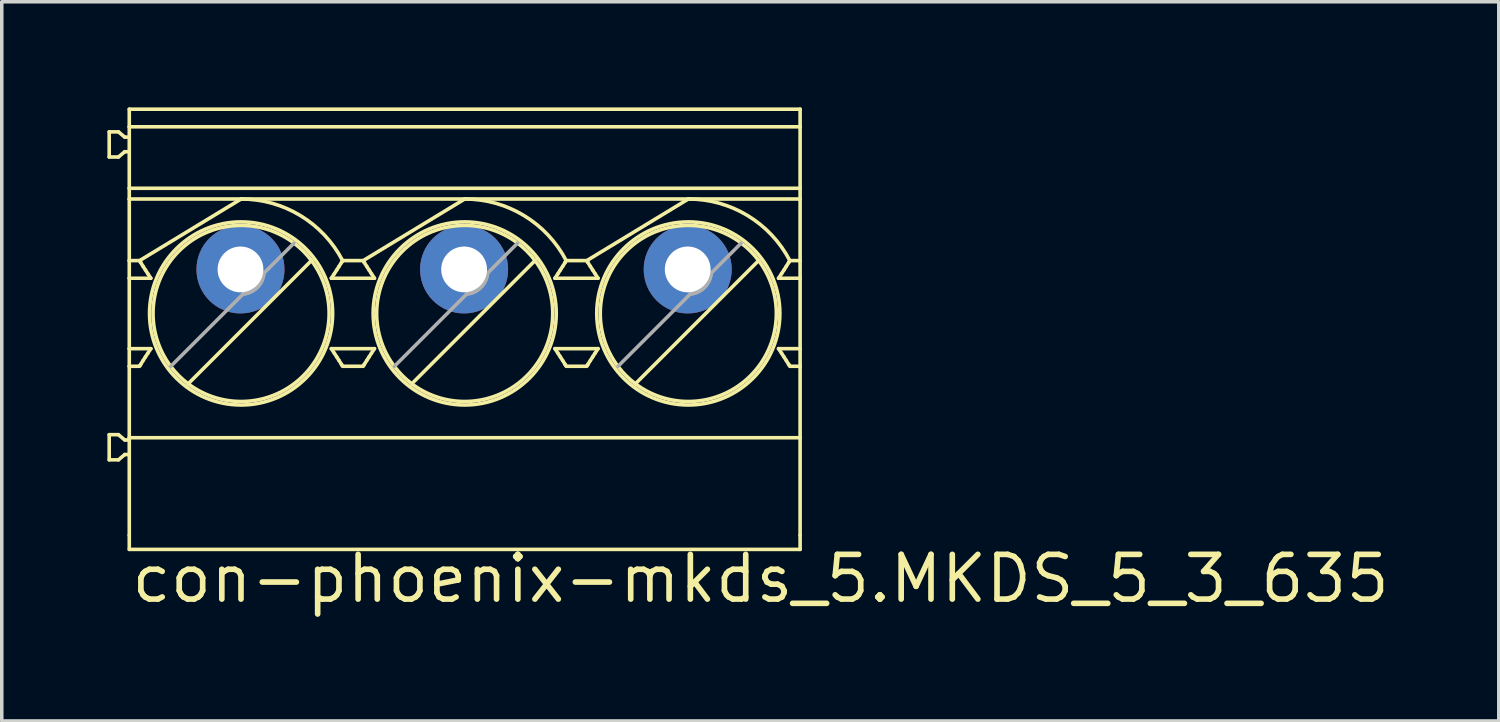
<source format=kicad_pcb>
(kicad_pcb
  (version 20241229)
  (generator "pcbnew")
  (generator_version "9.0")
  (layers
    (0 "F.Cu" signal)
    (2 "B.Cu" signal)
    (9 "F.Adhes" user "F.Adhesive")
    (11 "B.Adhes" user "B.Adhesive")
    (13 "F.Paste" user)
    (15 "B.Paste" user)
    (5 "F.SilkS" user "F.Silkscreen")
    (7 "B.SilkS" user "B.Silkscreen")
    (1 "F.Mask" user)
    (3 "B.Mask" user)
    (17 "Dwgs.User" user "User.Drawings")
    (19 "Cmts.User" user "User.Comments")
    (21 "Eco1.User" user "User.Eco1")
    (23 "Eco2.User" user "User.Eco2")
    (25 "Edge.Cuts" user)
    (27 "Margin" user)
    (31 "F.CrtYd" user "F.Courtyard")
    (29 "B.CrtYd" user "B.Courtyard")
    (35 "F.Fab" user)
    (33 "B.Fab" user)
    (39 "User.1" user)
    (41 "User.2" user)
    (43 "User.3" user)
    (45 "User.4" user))
  (footprint "con-phoenix-mkds_5.MKDS_5_3_635"
    (layer "F.Cu")
    (at 10.129 4.601)
    (property "Reference" "con-phoenix-mkds_5.MKDS_5_3_635" (at -9.525 9.525 0) (layer "F.SilkS") (effects (font (size 1.27 1.27) (thickness 0.16)) (justify left bottom)))
    (attr through_hole)
    (fp_line (start -10.078 -3.907) (end -10.078 -3.193) (stroke (width 0.102) (type default)) (layer "F.SilkS"))
    (fp_line (start -10.078 -3.193) (end -9.815 -3.193) (stroke (width 0.102) (type default)) (layer "F.SilkS"))
    (fp_line (start -10.078 4.693) (end -10.078 5.407) (stroke (width 0.102) (type default)) (layer "F.SilkS"))
    (fp_line (start -10.078 5.407) (end -9.815 5.407) (stroke (width 0.102) (type default)) (layer "F.SilkS"))
    (fp_line (start -9.815 -3.907) (end -10.078 -3.907) (stroke (width 0.102) (type default)) (layer "F.SilkS"))
    (fp_line (start -9.815 -3.193) (end -9.637 -3.343) (stroke (width 0.102) (type default)) (layer "F.SilkS"))
    (fp_line (start -9.815 4.693) (end -10.078 4.693) (stroke (width 0.102) (type default)) (layer "F.SilkS"))
    (fp_line (start -9.815 5.407) (end -9.637 5.257) (stroke (width 0.102) (type default)) (layer "F.SilkS"))
    (fp_line (start -9.637 -3.757) (end -9.815 -3.907) (stroke (width 0.102) (type default)) (layer "F.SilkS"))
    (fp_line (start -9.637 -3.343) (end -9.508 -3.343) (stroke (width 0.102) (type default)) (layer "F.SilkS"))
    (fp_line (start -9.637 4.843) (end -9.815 4.693) (stroke (width 0.102) (type default)) (layer "F.SilkS"))
    (fp_line (start -9.637 5.257) (end -9.508 5.257) (stroke (width 0.102) (type default)) (layer "F.SilkS"))
    (fp_line (start -9.508 -4.05) (end -9.508 -4.55) (stroke (width 0.102) (type default)) (layer "F.SilkS"))
    (fp_line (start -9.508 -3.757) (end -9.637 -3.757) (stroke (width 0.102) (type default)) (layer "F.SilkS"))
    (fp_line (start -9.508 -3.757) (end -9.508 -4.05) (stroke (width 0.102) (type default)) (layer "F.SilkS"))
    (fp_line (start -9.508 -3.343) (end -9.508 -3.757) (stroke (width 0.102) (type default)) (layer "F.SilkS"))
    (fp_line (start -9.508 -2.304) (end -9.508 -3.343) (stroke (width 0.102) (type default)) (layer "F.SilkS"))
    (fp_line (start -9.508 -2.304) (end -9.508 -2) (stroke (width 0.102) (type default)) (layer "F.SilkS"))
    (fp_line (start -9.508 -2.304) (end 9.542 -2.304) (stroke (width 0.102) (type default)) (layer "F.SilkS"))
    (fp_line (start -9.508 -2) (end -9.508 -0.25) (stroke (width 0.102) (type default)) (layer "F.SilkS"))
    (fp_line (start -9.508 -2) (end -6.333 -2) (stroke (width 0.102) (type default)) (layer "F.SilkS"))
    (fp_line (start -9.508 -0.25) (end -9.508 0.25) (stroke (width 0.102) (type default)) (layer "F.SilkS"))
    (fp_line (start -9.508 -0.25) (end -9.216 -0.25) (stroke (width 0.102) (type default)) (layer "F.SilkS"))
    (fp_line (start -9.508 0.25) (end -9.508 2.25) (stroke (width 0.102) (type default)) (layer "F.SilkS"))
    (fp_line (start -9.508 0.25) (end -8.895 0.25) (stroke (width 0.102) (type default)) (layer "F.SilkS"))
    (fp_line (start -9.508 2.25) (end -9.508 2.75) (stroke (width 0.102) (type default)) (layer "F.SilkS"))
    (fp_line (start -9.508 2.75) (end -9.508 4.779) (stroke (width 0.102) (type default)) (layer "F.SilkS"))
    (fp_line (start -9.508 4.779) (end -9.508 4.843) (stroke (width 0.102) (type default)) (layer "F.SilkS"))
    (fp_line (start -9.508 4.843) (end -9.637 4.843) (stroke (width 0.102) (type default)) (layer "F.SilkS"))
    (fp_line (start -9.508 4.843) (end -9.508 5.257) (stroke (width 0.102) (type default)) (layer "F.SilkS"))
    (fp_line (start -9.508 5.257) (end -9.508 7.55) (stroke (width 0.102) (type default)) (layer "F.SilkS"))
    (fp_line (start -9.508 7.55) (end -9.508 7.95) (stroke (width 0.102) (type default)) (layer "F.SilkS"))
    (fp_line (start -9.508 7.95) (end 9.542 7.95) (stroke (width 0.102) (type default)) (layer "F.SilkS"))
    (fp_line (start -9.216 2.75) (end -9.508 2.75) (stroke (width 0.102) (type default)) (layer "F.SilkS"))
    (fp_line (start -9.205 -0.232) (end -9.193 -0.212) (stroke (width 0.102) (type default)) (layer "F.SilkS"))
    (fp_line (start -9.193 -0.212) (end -9.181 -0.192) (stroke (width 0.102) (type default)) (layer "F.SilkS"))
    (fp_line (start -9.193 2.712) (end -9.205 2.732) (stroke (width 0.102) (type default)) (layer "F.SilkS"))
    (fp_line (start -9.181 2.692) (end -9.193 2.712) (stroke (width 0.102) (type default)) (layer "F.SilkS"))
    (fp_line (start -9.115 -0.087) (end -9.048 0.018) (stroke (width 0.102) (type default)) (layer "F.SilkS"))
    (fp_line (start -9.048 2.482) (end -9.115 2.587) (stroke (width 0.102) (type default)) (layer "F.SilkS"))
    (fp_line (start -9.048 0.018) (end -8.981 0.121) (stroke (width 0.102) (type default)) (layer "F.SilkS"))
    (fp_line (start -8.981 2.379) (end -9.048 2.482) (stroke (width 0.102) (type default)) (layer "F.SilkS"))
    (fp_line (start -8.895 2.25) (end -9.508 2.25) (stroke (width 0.102) (type default)) (layer "F.SilkS"))
    (fp_line (start -8.331 2.753) (end -8.331 2.753) (stroke (width 0.102) (type default)) (layer "F.SilkS"))
    (fp_line (start -6.333 -2) (end -9.216 -0.25) (stroke (width 0.102) (type default)) (layer "F.SilkS"))
    (fp_line (start -6.333 -2) (end 0.017 -2) (stroke (width 0.102) (type default)) (layer "F.SilkS"))
    (fp_line (start -4.335 -0.253) (end -7.836 3.248) (stroke (width 0.102) (type default)) (layer "F.SilkS"))
    (fp_line (start -3.771 0.25) (end -2.545 0.25) (stroke (width 0.102) (type default)) (layer "F.SilkS"))
    (fp_line (start -3.685 0.121) (end -3.618 0.018) (stroke (width 0.102) (type default)) (layer "F.SilkS"))
    (fp_line (start -3.618 0.018) (end -3.551 -0.087) (stroke (width 0.102) (type default)) (layer "F.SilkS"))
    (fp_line (start -3.618 2.482) (end -3.685 2.379) (stroke (width 0.102) (type default)) (layer "F.SilkS"))
    (fp_line (start -3.551 2.587) (end -3.618 2.482) (stroke (width 0.102) (type default)) (layer "F.SilkS"))
    (fp_line (start -3.485 -0.192) (end -3.473 -0.212) (stroke (width 0.102) (type default)) (layer "F.SilkS"))
    (fp_line (start -3.473 2.712) (end -3.485 2.692) (stroke (width 0.102) (type default)) (layer "F.SilkS"))
    (fp_line (start -3.473 -0.212) (end -3.461 -0.232) (stroke (width 0.102) (type default)) (layer "F.SilkS"))
    (fp_line (start -3.461 2.732) (end -3.473 2.712) (stroke (width 0.102) (type default)) (layer "F.SilkS"))
    (fp_line (start -3.45 -0.25) (end -2.866 -0.25) (stroke (width 0.102) (type default)) (layer "F.SilkS"))
    (fp_line (start -2.866 2.75) (end -3.45 2.75) (stroke (width 0.102) (type default)) (layer "F.SilkS"))
    (fp_line (start -2.855 -0.232) (end -2.843 -0.212) (stroke (width 0.102) (type default)) (layer "F.SilkS"))
    (fp_line (start -2.843 -0.212) (end -2.831 -0.192) (stroke (width 0.102) (type default)) (layer "F.SilkS"))
    (fp_line (start -2.843 2.712) (end -2.855 2.732) (stroke (width 0.102) (type default)) (layer "F.SilkS"))
    (fp_line (start -2.831 2.692) (end -2.843 2.712) (stroke (width 0.102) (type default)) (layer "F.SilkS"))
    (fp_line (start -2.765 -0.087) (end -2.698 0.018) (stroke (width 0.102) (type default)) (layer "F.SilkS"))
    (fp_line (start -2.698 0.018) (end -2.631 0.121) (stroke (width 0.102) (type default)) (layer "F.SilkS"))
    (fp_line (start -2.698 2.482) (end -2.765 2.587) (stroke (width 0.102) (type default)) (layer "F.SilkS"))
    (fp_line (start -2.631 2.379) (end -2.698 2.482) (stroke (width 0.102) (type default)) (layer "F.SilkS"))
    (fp_line (start -2.545 2.25) (end -3.771 2.25) (stroke (width 0.102) (type default)) (layer "F.SilkS"))
    (fp_line (start 0.017 -2) (end -2.866 -0.25) (stroke (width 0.102) (type default)) (layer "F.SilkS"))
    (fp_line (start 0.017 -2) (end 6.367 -2) (stroke (width 0.102) (type default)) (layer "F.SilkS"))
    (fp_line (start 2.015 -0.253) (end -1.486 3.248) (stroke (width 0.102) (type default)) (layer "F.SilkS"))
    (fp_line (start 2.015 -0.253) (end 2.015 -0.253) (stroke (width 0.102) (type default)) (layer "F.SilkS"))
    (fp_line (start 2.579 0.25) (end 3.805 0.25) (stroke (width 0.102) (type default)) (layer "F.SilkS"))
    (fp_line (start 2.665 0.121) (end 2.732 0.018) (stroke (width 0.102) (type default)) (layer "F.SilkS"))
    (fp_line (start 2.732 0.018) (end 2.799 -0.087) (stroke (width 0.102) (type default)) (layer "F.SilkS"))
    (fp_line (start 2.732 2.482) (end 2.665 2.379) (stroke (width 0.102) (type default)) (layer "F.SilkS"))
    (fp_line (start 2.799 2.587) (end 2.732 2.482) (stroke (width 0.102) (type default)) (layer "F.SilkS"))
    (fp_line (start 2.865 -0.192) (end 2.877 -0.212) (stroke (width 0.102) (type default)) (layer "F.SilkS"))
    (fp_line (start 2.877 -0.212) (end 2.889 -0.232) (stroke (width 0.102) (type default)) (layer "F.SilkS"))
    (fp_line (start 2.877 2.712) (end 2.865 2.692) (stroke (width 0.102) (type default)) (layer "F.SilkS"))
    (fp_line (start 2.889 2.732) (end 2.877 2.712) (stroke (width 0.102) (type default)) (layer "F.SilkS"))
    (fp_line (start 2.9 -0.25) (end 3.484 -0.25) (stroke (width 0.102) (type default)) (layer "F.SilkS"))
    (fp_line (start 3.484 2.75) (end 2.9 2.75) (stroke (width 0.102) (type default)) (layer "F.SilkS"))
    (fp_line (start 3.495 -0.232) (end 3.507 -0.212) (stroke (width 0.102) (type default)) (layer "F.SilkS"))
    (fp_line (start 3.495 2.732) (end 3.507 2.712) (stroke (width 0.102) (type default)) (layer "F.SilkS"))
    (fp_line (start 3.507 -0.212) (end 3.519 -0.192) (stroke (width 0.102) (type default)) (layer "F.SilkS"))
    (fp_line (start 3.507 2.712) (end 3.519 2.692) (stroke (width 0.102) (type default)) (layer "F.SilkS"))
    (fp_line (start 3.585 -0.087) (end 3.652 0.018) (stroke (width 0.102) (type default)) (layer "F.SilkS"))
    (fp_line (start 3.585 2.587) (end 3.652 2.482) (stroke (width 0.102) (type default)) (layer "F.SilkS"))
    (fp_line (start 3.652 2.482) (end 3.719 2.379) (stroke (width 0.102) (type default)) (layer "F.SilkS"))
    (fp_line (start 3.652 0.018) (end 3.719 0.121) (stroke (width 0.102) (type default)) (layer "F.SilkS"))
    (fp_line (start 3.805 2.25) (end 2.579 2.25) (stroke (width 0.102) (type default)) (layer "F.SilkS"))
    (fp_line (start 6.367 -2) (end 3.484 -0.25) (stroke (width 0.102) (type default)) (layer "F.SilkS"))
    (fp_line (start 6.367 -2) (end 9.542 -2) (stroke (width 0.102) (type default)) (layer "F.SilkS"))
    (fp_line (start 8.365 -0.253) (end 4.864 3.248) (stroke (width 0.102) (type default)) (layer "F.SilkS"))
    (fp_line (start 8.365 -0.253) (end 8.365 -0.253) (stroke (width 0.102) (type default)) (layer "F.SilkS"))
    (fp_line (start 8.929 0.25) (end 9.542 0.25) (stroke (width 0.102) (type default)) (layer "F.SilkS"))
    (fp_line (start 9.015 0.121) (end 9.082 0.018) (stroke (width 0.102) (type default)) (layer "F.SilkS"))
    (fp_line (start 9.015 2.379) (end 9.082 2.482) (stroke (width 0.102) (type default)) (layer "F.SilkS"))
    (fp_line (start 9.082 2.482) (end 9.149 2.587) (stroke (width 0.102) (type default)) (layer "F.SilkS"))
    (fp_line (start 9.082 0.018) (end 9.149 -0.087) (stroke (width 0.102) (type default)) (layer "F.SilkS"))
    (fp_line (start 9.215 -0.192) (end 9.227 -0.212) (stroke (width 0.102) (type default)) (layer "F.SilkS"))
    (fp_line (start 9.215 2.692) (end 9.227 2.712) (stroke (width 0.102) (type default)) (layer "F.SilkS"))
    (fp_line (start 9.227 2.712) (end 9.239 2.732) (stroke (width 0.102) (type default)) (layer "F.SilkS"))
    (fp_line (start 9.227 -0.212) (end 9.239 -0.232) (stroke (width 0.102) (type default)) (layer "F.SilkS"))
    (fp_line (start 9.25 -0.25) (end 9.542 -0.25) (stroke (width 0.102) (type default)) (layer "F.SilkS"))
    (fp_line (start 9.542 -4.55) (end -9.508 -4.55) (stroke (width 0.102) (type default)) (layer "F.SilkS"))
    (fp_line (start 9.542 -4.05) (end -9.508 -4.05) (stroke (width 0.102) (type default)) (layer "F.SilkS"))
    (fp_line (start 9.542 -4.05) (end 9.542 -4.55) (stroke (width 0.102) (type default)) (layer "F.SilkS"))
    (fp_line (start 9.542 -4.05) (end 9.542 -2.304) (stroke (width 0.102) (type default)) (layer "F.SilkS"))
    (fp_line (start 9.542 -2) (end 9.542 -2.304) (stroke (width 0.102) (type default)) (layer "F.SilkS"))
    (fp_line (start 9.542 -0.25) (end 9.542 -2) (stroke (width 0.102) (type default)) (layer "F.SilkS"))
    (fp_line (start 9.542 0.25) (end 9.542 -0.25) (stroke (width 0.102) (type default)) (layer "F.SilkS"))
    (fp_line (start 9.542 2.25) (end 8.929 2.25) (stroke (width 0.102) (type default)) (layer "F.SilkS"))
    (fp_line (start 9.542 2.25) (end 9.542 0.25) (stroke (width 0.102) (type default)) (layer "F.SilkS"))
    (fp_line (start 9.542 2.75) (end 9.25 2.75) (stroke (width 0.102) (type default)) (layer "F.SilkS"))
    (fp_line (start 9.542 2.75) (end 9.542 2.25) (stroke (width 0.102) (type default)) (layer "F.SilkS"))
    (fp_line (start 9.542 4.779) (end -9.508 4.779) (stroke (width 0.102) (type default)) (layer "F.SilkS"))
    (fp_line (start 9.542 4.779) (end 9.542 2.75) (stroke (width 0.102) (type default)) (layer "F.SilkS"))
    (fp_line (start 9.542 7.55) (end 9.542 4.779) (stroke (width 0.102) (type default)) (layer "F.SilkS"))
    (fp_line (start 9.542 7.55) (end 9.542 7.95) (stroke (width 0.102) (type default)) (layer "F.SilkS"))
    (fp_arc (start -9.181 2.6924) (mid -9.148339 2.639564) (end -9.1154 2.5869) (stroke (width 0.1016) (type default)) (layer "F.SilkS"))
    (fp_arc (start -9.1154 -0.0869) (mid -9.148337 -0.139565) (end -9.181 -0.1924) (stroke (width 0.1016) (type default)) (layer "F.SilkS"))
    (fp_arc (start -8.9814 2.379) (mid -8.9383 2.314332) (end -8.8947 2.25) (stroke (width 0.1016) (type default)) (layer "F.SilkS"))
    (fp_arc (start -8.8947 0.25) (mid -8.938297 0.185666) (end -8.9814 0.121) (stroke (width 0.1016) (type default)) (layer "F.SilkS"))
    (fp_arc (start -8.3307 2.7528) (mid -8.100612 -0.517712) (end -4.8301 -0.7478) (stroke (width 0.1016) (type default)) (layer "F.SilkS"))
    (fp_arc (start -7.8358 3.2479) (mid -8.100712 3.017812) (end -8.3308 2.7529) (stroke (width 0.1016) (type default)) (layer "F.SilkS"))
    (fp_arc (start -6.333 -2) (mid -4.646615 -1.528294) (end -3.4498 -0.25) (stroke (width 0.1016) (type default)) (layer "F.SilkS"))
    (fp_arc (start -4.8301 -0.7478) (mid -4.565192 -0.517762) (end -4.3351 -0.2529) (stroke (width 0.1016) (type default)) (layer "F.SilkS"))
    (fp_arc (start -4.3351 -0.2529) (mid -4.565231 3.017669) (end -7.8358 3.2478) (stroke (width 0.1016) (type default)) (layer "F.SilkS"))
    (fp_arc (start -3.7712 2.25) (mid -3.727653 2.314334) (end -3.6846 2.379) (stroke (width 0.1016) (type default)) (layer "F.SilkS"))
    (fp_arc (start -3.6846 0.121) (mid -3.727651 0.185667) (end -3.7712 0.25) (stroke (width 0.1016) (type default)) (layer "F.SilkS"))
    (fp_arc (start -3.5506 2.5869) (mid -3.517663 2.639565) (end -3.485 2.6924) (stroke (width 0.1016) (type default)) (layer "F.SilkS"))
    (fp_arc (start -3.485 -0.1924) (mid -3.517662 -0.139564) (end -3.5506 -0.0869) (stroke (width 0.1016) (type default)) (layer "F.SilkS"))
    (fp_arc (start -2.831 2.6924) (mid -2.798338 2.639564) (end -2.7654 2.5869) (stroke (width 0.1016) (type default)) (layer "F.SilkS"))
    (fp_arc (start -2.7654 -0.0869) (mid -2.798337 -0.139565) (end -2.831 -0.1924) (stroke (width 0.1016) (type default)) (layer "F.SilkS"))
    (fp_arc (start -2.6314 2.379) (mid -2.5883 2.314332) (end -2.5447 2.25) (stroke (width 0.1016) (type default)) (layer "F.SilkS"))
    (fp_arc (start -2.5447 0.25) (mid -2.588297 0.185666) (end -2.6314 0.121) (stroke (width 0.1016) (type default)) (layer "F.SilkS"))
    (fp_arc (start -1.9808 2.7529) (mid -1.750841 -0.517841) (end 1.5199 -0.7478) (stroke (width 0.1016) (type default)) (layer "F.SilkS"))
    (fp_arc (start -1.4858 3.2478) (mid -1.750708 3.017762) (end -1.9808 2.7529) (stroke (width 0.1016) (type default)) (layer "F.SilkS"))
    (fp_arc (start 0.017 -2.0001) (mid 1.703395 -1.528337) (end 2.9002 -0.25) (stroke (width 0.1016) (type default)) (layer "F.SilkS"))
    (fp_arc (start 1.5199 -0.7479) (mid 1.784812 -0.517812) (end 2.0149 -0.2529) (stroke (width 0.1016) (type default)) (layer "F.SilkS"))
    (fp_arc (start 2.0148 -0.2528) (mid 1.784712 3.017712) (end -1.4858 3.2478) (stroke (width 0.1016) (type default)) (layer "F.SilkS"))
    (fp_arc (start 2.5788 2.25) (mid 2.622347 2.314334) (end 2.6654 2.379) (stroke (width 0.1016) (type default)) (layer "F.SilkS"))
    (fp_arc (start 2.6654 0.121) (mid 2.62235 0.185668) (end 2.5788 0.25) (stroke (width 0.1016) (type default)) (layer "F.SilkS"))
    (fp_arc (start 2.7994 2.5869) (mid 2.832337 2.639565) (end 2.865 2.6924) (stroke (width 0.1016) (type default)) (layer "F.SilkS"))
    (fp_arc (start 2.865 -0.1924) (mid 2.832338 -0.139564) (end 2.7994 -0.0869) (stroke (width 0.1016) (type default)) (layer "F.SilkS"))
    (fp_arc (start 3.519 2.6924) (mid 3.551663 2.639565) (end 3.5846 2.5869) (stroke (width 0.1016) (type default)) (layer "F.SilkS"))
    (fp_arc (start 3.5846 -0.0869) (mid 3.551663 -0.139565) (end 3.519 -0.1924) (stroke (width 0.1016) (type default)) (layer "F.SilkS"))
    (fp_arc (start 3.7186 2.379) (mid 3.761703 2.314334) (end 3.8053 2.25) (stroke (width 0.1016) (type default)) (layer "F.SilkS"))
    (fp_arc (start 3.8053 0.25) (mid 3.761703 0.185666) (end 3.7186 0.121) (stroke (width 0.1016) (type default)) (layer "F.SilkS"))
    (fp_arc (start 4.3692 2.7529) (mid 4.599159 -0.517841) (end 7.8699 -0.7478) (stroke (width 0.1016) (type default)) (layer "F.SilkS"))
    (fp_arc (start 4.8642 3.2478) (mid 4.599292 3.017762) (end 4.3692 2.7529) (stroke (width 0.1016) (type default)) (layer "F.SilkS"))
    (fp_arc (start 6.367 -2.0001) (mid 8.053395 -1.528337) (end 9.2502 -0.25) (stroke (width 0.1016) (type default)) (layer "F.SilkS"))
    (fp_arc (start 7.8699 -0.7479) (mid 8.134812 -0.517812) (end 8.3649 -0.2529) (stroke (width 0.1016) (type default)) (layer "F.SilkS"))
    (fp_arc (start 8.3648 -0.2528) (mid 8.134712 3.017712) (end 4.8642 3.2478) (stroke (width 0.1016) (type default)) (layer "F.SilkS"))
    (fp_arc (start 8.9288 2.25) (mid 8.97235 2.314332) (end 9.0154 2.379) (stroke (width 0.1016) (type default)) (layer "F.SilkS"))
    (fp_arc (start 9.0154 0.121) (mid 8.972349 0.185667) (end 8.9288 0.25) (stroke (width 0.1016) (type default)) (layer "F.SilkS"))
    (fp_arc (start 9.1494 2.5869) (mid 9.182339 2.639564) (end 9.215 2.6924) (stroke (width 0.1016) (type default)) (layer "F.SilkS"))
    (fp_arc (start 9.215 -0.1924) (mid 9.182338 -0.139564) (end 9.1494 -0.0869) (stroke (width 0.1016) (type default)) (layer "F.SilkS"))
    (fp_circle (center -6.333 1.25) (end -3.733 1.25) (stroke (width 0.102) (type default)) (fill no) (layer "F.SilkS"))
    (fp_circle (center 0.017 1.25) (end 2.617 1.25) (stroke (width 0.102) (type default)) (fill no) (layer "F.SilkS"))
    (fp_circle (center 6.367 1.25) (end 8.967 1.25) (stroke (width 0.102) (type default)) (fill no) (layer "F.SilkS"))
    (fp_line (start -8.331 2.753) (end -6.275 0.697) (stroke (width 0.102) (type default)) (layer "F.Fab"))
    (fp_line (start -6.275 0.697) (end -5.686 0.108) (stroke (width 0.102) (type default)) (layer "F.Fab"))
    (fp_line (start -5.686 0.108) (end -4.83 -0.748) (stroke (width 0.102) (type default)) (layer "F.Fab"))
    (fp_line (start -1.981 2.753) (end 0.075 0.697) (stroke (width 0.102) (type default)) (layer "F.Fab"))
    (fp_line (start 0.075 0.697) (end 0.664 0.108) (stroke (width 0.102) (type default)) (layer "F.Fab"))
    (fp_line (start 0.664 0.108) (end 1.52 -0.748) (stroke (width 0.102) (type default)) (layer "F.Fab"))
    (fp_line (start 4.369 2.753) (end 6.425 0.697) (stroke (width 0.102) (type default)) (layer "F.Fab"))
    (fp_line (start 6.425 0.697) (end 7.014 0.108) (stroke (width 0.102) (type default)) (layer "F.Fab"))
    (fp_line (start 7.014 0.108) (end 7.87 -0.748) (stroke (width 0.102) (type default)) (layer "F.Fab"))
    (fp_arc (start -5.6856 0.1076) (mid -5.873411 0.509589) (end -6.2754 0.6974) (stroke (width 0.1016) (type default)) (layer "F.Fab"))
    (fp_arc (start -5.6855 0.1076) (mid -5.873347 0.509621) (end -6.2754 0.6974) (stroke (width 0.1016) (type default)) (layer "F.Fab"))
    (fp_arc (start 0.6644 0.1076) (mid 0.476589 0.509589) (end 0.0746 0.6974) (stroke (width 0.1016) (type default)) (layer "F.Fab"))
    (fp_arc (start 0.6645 0.1076) (mid 0.47666 0.50966) (end 0.0746 0.6975) (stroke (width 0.1016) (type default)) (layer "F.Fab"))
    (fp_arc (start 7.0144 0.1076) (mid 6.826589 0.509589) (end 6.4246 0.6974) (stroke (width 0.1016) (type default)) (layer "F.Fab"))
    (fp_arc (start 7.0145 0.1076) (mid 6.82666 0.50966) (end 6.4246 0.6975) (stroke (width 0.1016) (type default)) (layer "F.Fab"))
    (pad "1" thru_hole circle (at -6.35 0) (size 2.5 2.5) (drill 1.3) (layers "*.Cu" "*.Mask"))
    (pad "2" thru_hole circle (at 0 0) (size 2.5 2.5) (drill 1.3) (layers "*.Cu" "*.Mask"))
    (pad "3" thru_hole circle (at 6.35 0) (size 2.5 2.5) (drill 1.3) (layers "*.Cu" "*.Mask")))
  (gr_rect
    (start -3 -3)
    (end 39.511 17.423)
    (stroke (width 0.1) (type default))
    (fill no)
    (layer "Edge.Cuts")))
</source>
